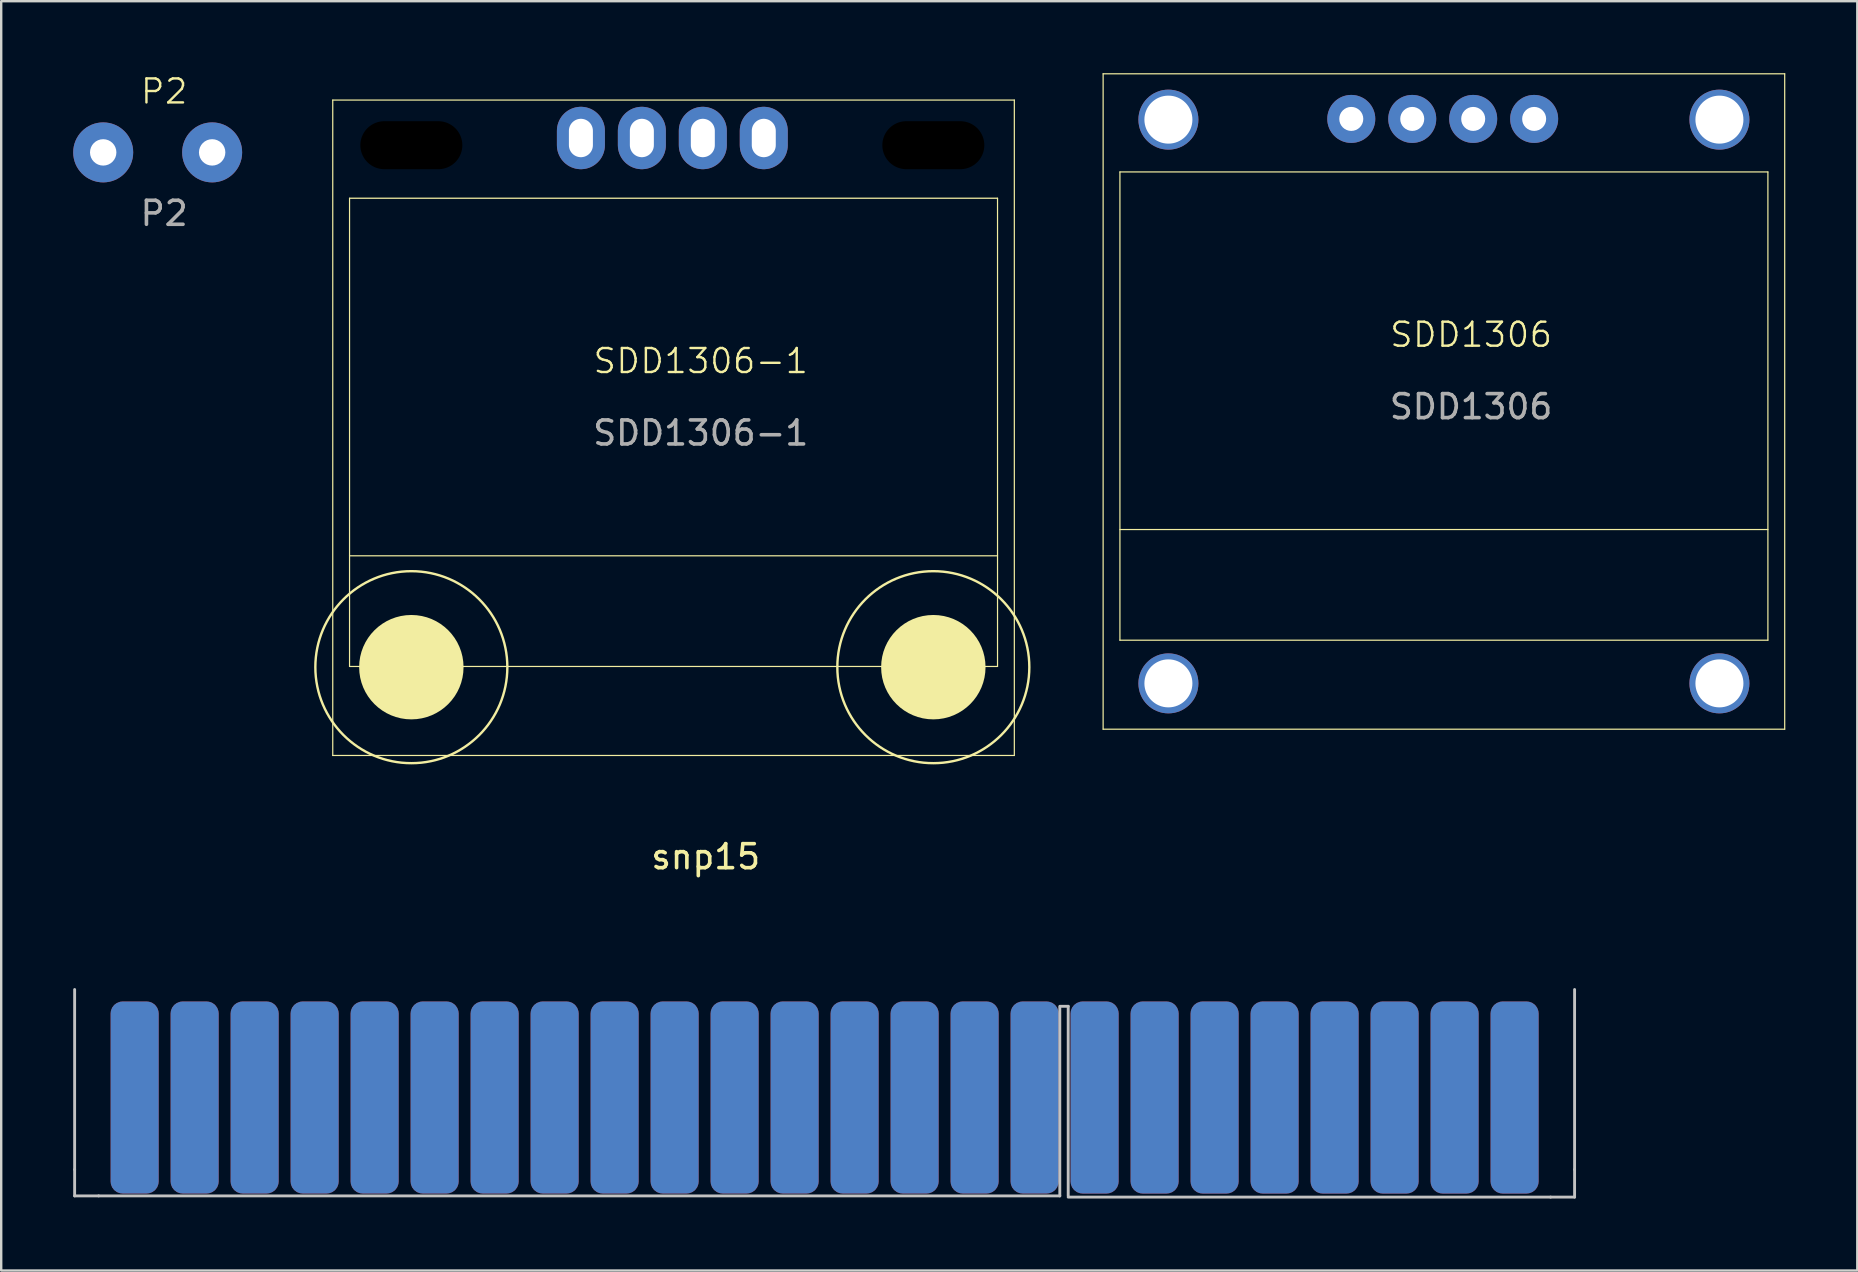
<source format=kicad_pcb>
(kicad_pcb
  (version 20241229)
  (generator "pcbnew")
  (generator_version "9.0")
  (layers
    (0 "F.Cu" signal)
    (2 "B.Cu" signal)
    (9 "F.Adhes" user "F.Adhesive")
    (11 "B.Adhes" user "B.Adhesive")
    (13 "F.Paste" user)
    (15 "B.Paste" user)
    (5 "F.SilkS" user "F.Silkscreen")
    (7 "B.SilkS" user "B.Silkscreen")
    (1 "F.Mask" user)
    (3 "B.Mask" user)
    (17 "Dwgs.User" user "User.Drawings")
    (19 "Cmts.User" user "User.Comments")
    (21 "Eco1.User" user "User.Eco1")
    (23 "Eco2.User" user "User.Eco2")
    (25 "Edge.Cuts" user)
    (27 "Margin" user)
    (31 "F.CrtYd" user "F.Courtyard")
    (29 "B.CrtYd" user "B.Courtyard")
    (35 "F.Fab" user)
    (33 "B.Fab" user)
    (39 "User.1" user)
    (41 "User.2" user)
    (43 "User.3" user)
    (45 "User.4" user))
  (footprint "snp15"
    (layer "F.Cu")
    (at 27.56 35.681)
    (property "Reference" "snp15" (at -1.204 -3.033 0) (layer "F.SilkS") (effects (font (size 1 1) (thickness 0.15))))
    (attr through_hole)
    (fp_line (start -27.5 2.5) (end -27.5 10) (stroke (width 0.12) (type solid)) (layer "Dwgs.User"))
    (fp_line (start -27.5 11.1) (end -27.5 10) (stroke (width 0.12) (type solid)) (layer "Dwgs.User"))
    (fp_line (start -26.5 11.1) (end -27.5 11.1) (stroke (width 0.12) (type solid)) (layer "Dwgs.User"))
    (fp_line (start 13.55 3.2) (end 13.9 3.2) (stroke (width 0.12) (type solid)) (layer "Dwgs.User"))
    (fp_line (start 13.55 3.25) (end 13.55 11.1) (stroke (width 0.12) (type solid)) (layer "Dwgs.User"))
    (fp_line (start 13.55 11.1) (end -26.5 11.1) (stroke (width 0.12) (type solid)) (layer "Dwgs.User"))
    (fp_line (start 13.9 3.2) (end 13.9 11.1) (stroke (width 0.12) (type solid)) (layer "Dwgs.User"))
    (fp_line (start 13.9 11.15) (end 34 11.15) (stroke (width 0.12) (type solid)) (layer "Dwgs.User"))
    (fp_line (start 34 11.15) (end 35 11.15) (stroke (width 0.12) (type solid)) (layer "Dwgs.User"))
    (fp_line (start 35 2.5) (end 35 10) (stroke (width 0.12) (type solid)) (layer "Dwgs.User"))
    (fp_line (start 35 11.15) (end 35 10) (stroke (width 0.12) (type solid)) (layer "Dwgs.User"))
    (pad "A1" smd roundrect (at -25 7) (size 2 8) (layers "B.Cu" "B.Mask" "B.Paste") (roundrect_rratio 0.25))
    (pad "A2" smd roundrect (at -22.5 7) (size 2 8) (layers "B.Cu" "B.Mask" "B.Paste") (roundrect_rratio 0.25))
    (pad "A3" smd roundrect (at -20 7) (size 2 8) (layers "B.Cu" "B.Mask" "B.Paste") (roundrect_rratio 0.25))
    (pad "A4" smd roundrect (at -17.5 7) (size 2 8) (layers "B.Cu" "B.Mask" "B.Paste") (roundrect_rratio 0.25))
    (pad "A5" smd roundrect (at -15 7) (size 2 8) (layers "B.Cu" "B.Mask" "B.Paste") (roundrect_rratio 0.25))
    (pad "A6" smd roundrect (at -12.5 7) (size 2 8) (layers "B.Cu" "B.Mask" "B.Paste") (roundrect_rratio 0.25))
    (pad "A7" smd roundrect (at -10 7) (size 2 8) (layers "B.Cu" "B.Mask" "B.Paste") (roundrect_rratio 0.25))
    (pad "A8" smd roundrect (at -7.5 7) (size 2 8) (layers "B.Cu" "B.Mask" "B.Paste") (roundrect_rratio 0.25))
    (pad "A9" smd roundrect (at -5 7) (size 2 8) (layers "B.Cu" "B.Mask" "B.Paste") (roundrect_rratio 0.25))
    (pad "A10" smd roundrect (at -2.5 7) (size 2 8) (layers "B.Cu" "B.Mask" "B.Paste") (roundrect_rratio 0.25))
    (pad "A11" smd roundrect (at 0 7) (size 2 8) (layers "B.Cu" "B.Mask" "B.Paste") (roundrect_rratio 0.25))
    (pad "A12" smd roundrect (at 2.5 7) (size 2 8) (layers "B.Cu" "B.Mask" "B.Paste") (roundrect_rratio 0.25))
    (pad "A13" smd roundrect (at 5 7) (size 2 8) (layers "B.Cu" "B.Mask" "B.Paste") (roundrect_rratio 0.25))
    (pad "A14" smd roundrect (at 7.5 7) (size 2 8) (layers "B.Cu" "B.Mask" "B.Paste") (roundrect_rratio 0.25))
    (pad "A15" smd roundrect (at 10 7) (size 2 8) (layers "B.Cu" "B.Mask" "B.Paste") (roundrect_rratio 0.25))
    (pad "A16" smd roundrect (at 12.5 7) (size 2 8) (layers "B.Cu" "B.Mask" "B.Paste") (roundrect_rratio 0.25))
    (pad "A17" smd roundrect (at 15 7) (size 2 8) (layers "B.Cu" "B.Mask" "B.Paste") (roundrect_rratio 0.25))
    (pad "A18" smd roundrect (at 17.5 7) (size 2 8) (layers "B.Cu" "B.Mask" "B.Paste") (roundrect_rratio 0.25))
    (pad "A19" smd roundrect (at 20 7) (size 2 8) (layers "B.Cu" "B.Mask" "B.Paste") (roundrect_rratio 0.25))
    (pad "A20" smd roundrect (at 22.5 7) (size 2 8) (layers "B.Cu" "B.Mask" "B.Paste") (roundrect_rratio 0.25))
    (pad "A21" smd roundrect (at 25 7) (size 2 8) (layers "B.Cu" "B.Mask" "B.Paste") (roundrect_rratio 0.25))
    (pad "A22" smd roundrect (at 27.5 7) (size 2 8) (layers "B.Cu" "B.Mask" "B.Paste") (roundrect_rratio 0.25))
    (pad "A23" smd roundrect (at 30 7) (size 2 8) (layers "B.Cu" "B.Mask" "B.Paste") (roundrect_rratio 0.25))
    (pad "A24" smd roundrect (at 32.5 7) (size 2 8) (layers "B.Cu" "B.Mask" "B.Paste") (roundrect_rratio 0.25))
    (pad "B1" smd roundrect (at -25 7) (size 2 8) (layers "F.Cu" "F.Mask" "F.Paste") (roundrect_rratio 0.25))
    (pad "B2" smd roundrect (at -22.5 7) (size 2 8) (layers "F.Cu" "F.Mask" "F.Paste") (roundrect_rratio 0.25))
    (pad "B3" smd roundrect (at -20 7) (size 2 8) (layers "F.Cu" "F.Mask" "F.Paste") (roundrect_rratio 0.25))
    (pad "B4" smd roundrect (at -17.5 7) (size 2 8) (layers "F.Cu" "F.Mask" "F.Paste") (roundrect_rratio 0.25))
    (pad "B5" smd roundrect (at -15 7) (size 2 8) (layers "F.Cu" "F.Mask" "F.Paste") (roundrect_rratio 0.25))
    (pad "B6" smd roundrect (at -12.5 7) (size 2 8) (layers "F.Cu" "F.Mask" "F.Paste") (roundrect_rratio 0.25))
    (pad "B7" smd roundrect (at -10 7) (size 2 8) (layers "F.Cu" "F.Mask" "F.Paste") (roundrect_rratio 0.25))
    (pad "B8" smd roundrect (at -7.5 7) (size 2 8) (layers "F.Cu" "F.Mask" "F.Paste") (roundrect_rratio 0.25))
    (pad "B9" smd roundrect (at -5 7) (size 2 8) (layers "F.Cu" "F.Mask" "F.Paste") (roundrect_rratio 0.25))
    (pad "B10" smd roundrect (at -2.5 7) (size 2 8) (layers "F.Cu" "F.Mask" "F.Paste") (roundrect_rratio 0.25))
    (pad "B11" smd roundrect (at 0 7) (size 2 8) (layers "F.Cu" "F.Mask" "F.Paste") (roundrect_rratio 0.25))
    (pad "B12" smd roundrect (at 2.5 7) (size 2 8) (layers "F.Cu" "F.Mask" "F.Paste") (roundrect_rratio 0.25))
    (pad "B13" smd roundrect (at 5 7) (size 2 8) (layers "F.Cu" "F.Mask" "F.Paste") (roundrect_rratio 0.25))
    (pad "B14" smd roundrect (at 7.5 7) (size 2 8) (layers "F.Cu" "F.Mask" "F.Paste") (roundrect_rratio 0.25))
    (pad "B15" smd roundrect (at 10 7) (size 2 8) (layers "F.Cu" "F.Mask" "F.Paste") (roundrect_rratio 0.25))
    (pad "B16" smd roundrect (at 12.5 7) (size 2 8) (layers "F.Cu" "F.Mask" "F.Paste") (roundrect_rratio 0.25))
    (pad "B17" smd roundrect (at 15 7) (size 2 8) (layers "F.Cu" "F.Mask" "F.Paste") (roundrect_rratio 0.25))
    (pad "B18" smd roundrect (at 17.5 7) (size 2 8) (layers "F.Cu" "F.Mask" "F.Paste") (roundrect_rratio 0.25))
    (pad "B19" smd roundrect (at 20 7) (size 2 8) (layers "F.Cu" "F.Mask" "F.Paste") (roundrect_rratio 0.25))
    (pad "B20" smd roundrect (at 22.5 7) (size 2 8) (layers "F.Cu" "F.Mask" "F.Paste") (roundrect_rratio 0.25))
    (pad "B21" smd roundrect (at 25 7) (size 2 8) (layers "F.Cu" "F.Mask" "F.Paste") (roundrect_rratio 0.25))
    (pad "B22" smd roundrect (at 27.5 7) (size 2 8) (layers "F.Cu" "F.Mask" "F.Paste") (roundrect_rratio 0.25))
    (pad "B23" smd roundrect (at 30 7) (size 2 8) (layers "F.Cu" "F.Mask" "F.Paste") (roundrect_rratio 0.25))
    (pad "B24" smd roundrect (at 32.5 7) (size 2 8) (layers "F.Cu" "F.Mask" "F.Paste") (roundrect_rratio 0.25)))
  (footprint "P2"
    (layer "F.Cu")
    (at 3.79 3.3)
    (property "Reference" "P2" (at 0 -2.54 0) (unlocked yes) (layer "F.SilkS") (effects (font (size 1 1) (thickness 0.1))))
    (attr through_hole)
    (fp_text user "${REFERENCE}" (at 0 2.54 0) (unlocked yes) (layer "F.Fab") (effects (font (size 1 1) (thickness 0.15))))
    (pad "1" thru_hole circle (at -2.54 0) (size 2.5 2.5) (drill 1.1) (layers "*.Cu" "*.Mask"))
    (pad "2" thru_hole circle (at 2 0) (size 2.5 2.5) (drill 1.1) (layers "*.Cu" "*.Mask")))
  (footprint "SDD1306"
    (layer "F.Cu")
    (at 58.248 11.397)
    (property "Reference" "SDD1306" (at 0 -0.5 0) (unlocked yes) (layer "F.SilkS") (effects (font (size 1 1) (thickness 0.1))))
    (attr through_hole)
    (fp_line (start -15.333 -11.372) (end -15.333 15.938) (stroke (width 0.05) (type solid)) (layer "F.SilkS"))
    (fp_line (start -15.333 15.938) (end 13.067 15.938) (stroke (width 0.05) (type solid)) (layer "F.SilkS"))
    (fp_line (start -14.633 -7.282) (end -14.633 12.228) (stroke (width 0.05) (type solid)) (layer "F.SilkS"))
    (fp_line (start -14.633 7.618) (end 12.367 7.618) (stroke (width 0.05) (type solid)) (layer "F.SilkS"))
    (fp_line (start -14.633 12.228) (end 12.367 12.228) (stroke (width 0.05) (type solid)) (layer "F.SilkS"))
    (fp_line (start 12.367 -7.282) (end -14.633 -7.282) (stroke (width 0.05) (type solid)) (layer "F.SilkS"))
    (fp_line (start 12.367 12.228) (end 12.367 -7.282) (stroke (width 0.05) (type solid)) (layer "F.SilkS"))
    (fp_line (start 13.067 -11.372) (end -15.333 -11.372) (stroke (width 0.05) (type solid)) (layer "F.SilkS"))
    (fp_line (start 13.067 15.938) (end 13.067 -11.372) (stroke (width 0.05) (type solid)) (layer "F.SilkS"))
    (fp_text user "${REFERENCE}" (at 0 2.5 0) (unlocked yes) (layer "F.Fab") (effects (font (size 1 1) (thickness 0.15))))
    (pad "" np_thru_hole circle (at -12.613 -9.462) (size 2.5 2.5) (drill 2) (layers "*.Cu" "*.Mask"))
    (pad "" np_thru_hole circle (at -12.613 14.028) (size 2.5 2.5) (drill 2) (layers "*.Cu" "*.Mask"))
    (pad "" np_thru_hole circle (at 10.347 -9.462) (size 2.5 2.5) (drill 2) (layers "*.Cu" "*.Mask"))
    (pad "" np_thru_hole circle (at 10.347 14.028) (size 2.5 2.5) (drill 2) (layers "*.Cu" "*.Mask"))
    (pad "1" thru_hole circle (at -4.993 -9.492) (size 2 2) (drill 1) (layers "*.Cu" "*.Mask"))
    (pad "2" thru_hole circle (at -2.453 -9.492) (size 2 2) (drill 1) (layers "*.Cu" "*.Mask"))
    (pad "3" thru_hole circle (at 0.087 -9.492) (size 2 2) (drill 1) (layers "*.Cu" "*.Mask"))
    (pad "4" thru_hole circle (at 2.627 -9.492) (size 2 2) (drill 1) (layers "*.Cu" "*.Mask")))
  (footprint "SDD1306-1"
    (layer "F.Cu")
    (at 26.148 12.492)
    (property "Reference" "SDD1306-1" (at 0 -0.5 0) (unlocked yes) (layer "F.SilkS") (effects (font (size 1 1) (thickness 0.1))))
    (attr through_hole)
    (fp_line (start -15.333 -11.372) (end -15.333 15.938) (stroke (width 0.05) (type solid)) (layer "F.SilkS"))
    (fp_line (start -15.333 15.938) (end 13.067 15.938) (stroke (width 0.05) (type solid)) (layer "F.SilkS"))
    (fp_line (start -14.633 -7.282) (end -14.633 12.228) (stroke (width 0.05) (type solid)) (layer "F.SilkS"))
    (fp_line (start -14.633 7.618) (end 12.367 7.618) (stroke (width 0.05) (type solid)) (layer "F.SilkS"))
    (fp_line (start -14.633 12.228) (end 12.367 12.228) (stroke (width 0.05) (type solid)) (layer "F.SilkS"))
    (fp_line (start 12.367 -7.282) (end -14.633 -7.282) (stroke (width 0.05) (type solid)) (layer "F.SilkS"))
    (fp_line (start 12.367 12.228) (end 12.367 -7.282) (stroke (width 0.05) (type solid)) (layer "F.SilkS"))
    (fp_line (start 13.067 -11.372) (end -15.333 -11.372) (stroke (width 0.05) (type solid)) (layer "F.SilkS"))
    (fp_line (start 13.067 15.938) (end 13.067 -11.372) (stroke (width 0.05) (type solid)) (layer "F.SilkS"))
    (fp_circle (center -12.058 12.258) (end -9.933 12.258) (stroke (width 0.1) (type solid)) (fill yes) (layer "F.SilkS"))
    (fp_circle (center -12.058 12.258) (end -8.058 12.258) (stroke (width 0.1) (type default)) (fill no) (layer "F.SilkS"))
    (fp_circle (center 9.692 12.258) (end 11.817 12.258) (stroke (width 0.1) (type solid)) (fill yes) (layer "F.SilkS"))
    (fp_circle (center 9.692 12.258) (end 13.692 12.258) (stroke (width 0.1) (type default)) (fill no) (layer "F.SilkS"))
    (fp_text user "${REFERENCE}" (at 0 2.5 0) (unlocked yes) (layer "F.Fab") (effects (font (size 1 1) (thickness 0.15))))
    (pad "" np_thru_hole oval (at -12.058 -9.492) (size 8 6) (drill oval 4.25 2) (layers "*.Mask"))
    (pad "" np_thru_hole oval (at 9.692 -9.492) (size 8 6) (drill oval 4.25 2) (layers "*.Mask"))
    (pad "1" thru_hole oval (at -4.993 -9.792) (size 2 2.6) (drill oval 1 1.6) (layers "*.Cu" "*.Mask"))
    (pad "2" thru_hole oval (at -2.453 -9.792) (size 2 2.6) (drill oval 1 1.6) (layers "*.Cu" "*.Mask"))
    (pad "3" thru_hole oval (at 0.087 -9.792) (size 2 2.6) (drill oval 1 1.6) (layers "*.Cu" "*.Mask"))
    (pad "4" thru_hole oval (at 2.627 -9.792) (size 2 2.6) (drill oval 1 1.6) (layers "*.Cu" "*.Mask")))
  (gr_rect
    (start -3 -3)
    (end 74.34 49.891)
    (stroke (width 0.1) (type default))
    (fill no)
    (layer "Edge.Cuts")))
</source>
